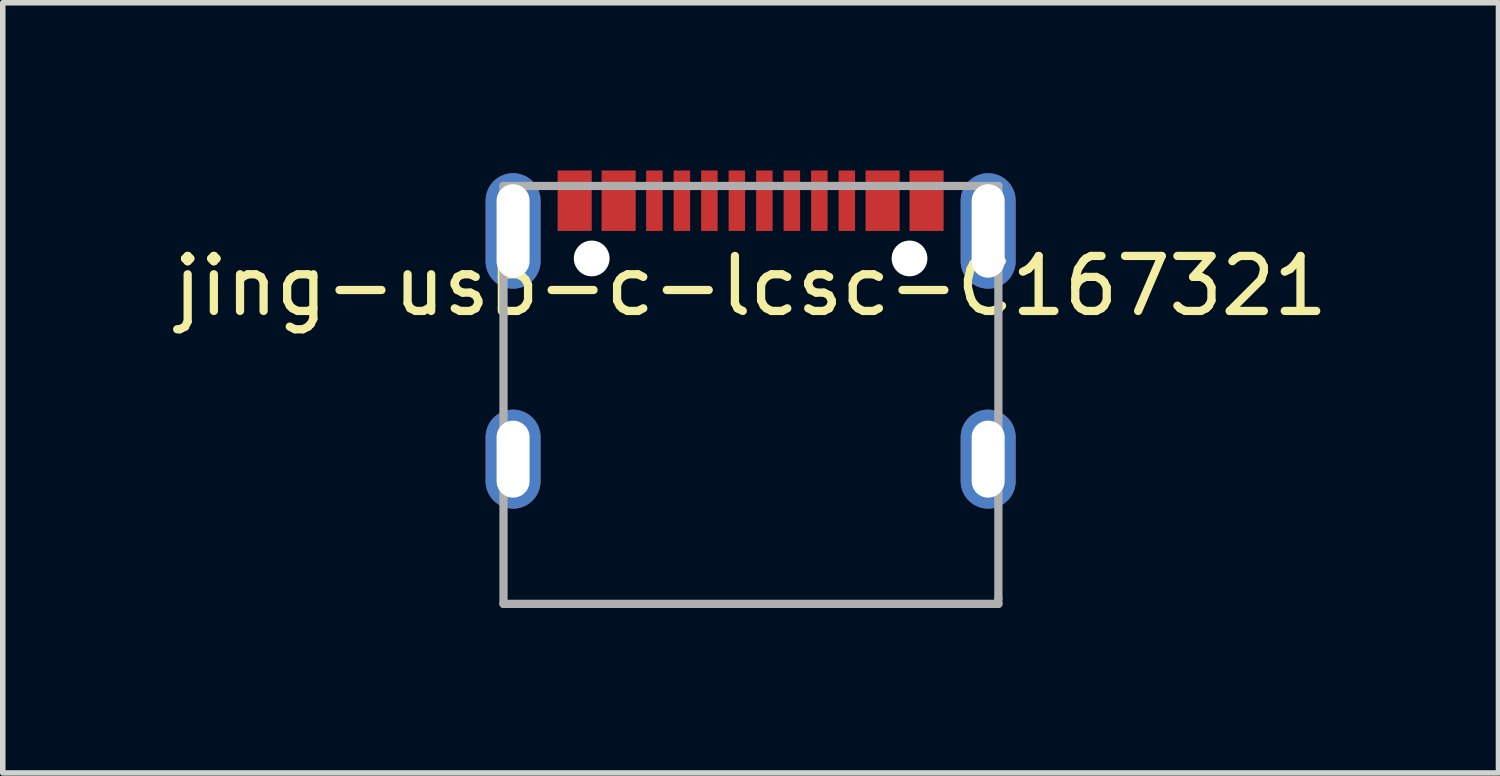
<source format=kicad_pcb>
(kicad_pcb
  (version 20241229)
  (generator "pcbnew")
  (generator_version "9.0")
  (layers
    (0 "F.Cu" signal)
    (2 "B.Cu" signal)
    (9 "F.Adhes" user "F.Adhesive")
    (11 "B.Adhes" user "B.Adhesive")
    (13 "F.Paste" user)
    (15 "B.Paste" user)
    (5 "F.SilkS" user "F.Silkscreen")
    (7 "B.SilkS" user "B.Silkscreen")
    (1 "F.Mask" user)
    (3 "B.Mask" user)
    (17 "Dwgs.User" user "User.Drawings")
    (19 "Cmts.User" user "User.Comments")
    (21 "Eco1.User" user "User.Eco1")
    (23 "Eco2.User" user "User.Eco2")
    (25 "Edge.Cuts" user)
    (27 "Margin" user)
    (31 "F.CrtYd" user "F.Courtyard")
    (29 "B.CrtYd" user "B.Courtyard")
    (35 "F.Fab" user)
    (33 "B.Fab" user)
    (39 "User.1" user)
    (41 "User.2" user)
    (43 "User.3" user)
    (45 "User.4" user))
  (footprint "jing-usb-c-lcsc-C167321"
    (layer "F.Cu")
    (at 10.601 1.65)
    (property "Reference" "jing-usb-c-lcsc-C167321" (at 0 0.5 0) (layer "F.SilkS") (effects (font (size 1 1) (thickness 0.15))))
    (attr through_hole)
    (fp_line (start -4.82 -1.05) (end -4.82 0.05) (stroke (width 0.1) (type solid)) (layer "Eco2.User"))
    (fp_line (start -4.82 3.25) (end -4.82 4.05) (stroke (width 0.1) (type solid)) (layer "Eco2.User"))
    (fp_line (start -4.62 0.05) (end -4.62 -1.05) (stroke (width 0.1) (type solid)) (layer "Eco2.User"))
    (fp_line (start -4.62 4.05) (end -4.62 3.25) (stroke (width 0.1) (type solid)) (layer "Eco2.User"))
    (fp_line (start -4.32 6.2) (end -4.32 6.3) (stroke (width 0.1) (type solid)) (layer "Eco2.User"))
    (fp_line (start -4.32 6.3) (end 4.32 6.3) (stroke (width 0.1) (type solid)) (layer "Eco2.User"))
    (fp_line (start -4.02 -1.05) (end -4.02 0.05) (stroke (width 0.1) (type solid)) (layer "Eco2.User"))
    (fp_line (start -4.02 3.25) (end -4.02 4.05) (stroke (width 0.1) (type solid)) (layer "Eco2.User"))
    (fp_line (start -3.82 0.05) (end -3.82 -1.05) (stroke (width 0.1) (type solid)) (layer "Eco2.User"))
    (fp_line (start -3.82 4.05) (end -3.82 3.25) (stroke (width 0.1) (type solid)) (layer "Eco2.User"))
    (fp_line (start -3.51 -1.6) (end -3.51 -0.5) (stroke (width 0.1) (type solid)) (layer "Eco2.User"))
    (fp_line (start -3.51 -0.5) (end -2.89 -0.5) (stroke (width 0.1) (type solid)) (layer "Eco2.User"))
    (fp_line (start -2.89 -1.6) (end -3.51 -1.6) (stroke (width 0.1) (type solid)) (layer "Eco2.User"))
    (fp_line (start -2.89 -0.5) (end -2.89 -1.6) (stroke (width 0.1) (type solid)) (layer "Eco2.User"))
    (fp_line (start -2.71 -1.6) (end -2.71 -0.5) (stroke (width 0.1) (type solid)) (layer "Eco2.User"))
    (fp_line (start -2.71 -0.5) (end -2.09 -0.5) (stroke (width 0.1) (type solid)) (layer "Eco2.User"))
    (fp_line (start -2.09 -1.6) (end -2.71 -1.6) (stroke (width 0.1) (type solid)) (layer "Eco2.User"))
    (fp_line (start -2.09 -0.5) (end -2.09 -1.6) (stroke (width 0.1) (type solid)) (layer "Eco2.User"))
    (fp_line (start -1.9 -1.6) (end -1.9 -0.5) (stroke (width 0.1) (type solid)) (layer "Eco2.User"))
    (fp_line (start -1.9 -0.5) (end -1.6 -0.5) (stroke (width 0.1) (type solid)) (layer "Eco2.User"))
    (fp_line (start -1.6 -1.6) (end -1.9 -1.6) (stroke (width 0.1) (type solid)) (layer "Eco2.User"))
    (fp_line (start -1.6 -0.5) (end -1.6 -1.6) (stroke (width 0.1) (type solid)) (layer "Eco2.User"))
    (fp_line (start -1.4 -1.6) (end -1.4 -0.5) (stroke (width 0.1) (type solid)) (layer "Eco2.User"))
    (fp_line (start -1.4 -0.5) (end -1.1 -0.5) (stroke (width 0.1) (type solid)) (layer "Eco2.User"))
    (fp_line (start -1.1 -1.6) (end -1.4 -1.6) (stroke (width 0.1) (type solid)) (layer "Eco2.User"))
    (fp_line (start -1.1 -0.5) (end -1.1 -1.6) (stroke (width 0.1) (type solid)) (layer "Eco2.User"))
    (fp_line (start -0.9 -1.6) (end -0.9 -0.5) (stroke (width 0.1) (type solid)) (layer "Eco2.User"))
    (fp_line (start -0.9 -0.5) (end -0.6 -0.5) (stroke (width 0.1) (type solid)) (layer "Eco2.User"))
    (fp_line (start -0.6 -1.6) (end -0.9 -1.6) (stroke (width 0.1) (type solid)) (layer "Eco2.User"))
    (fp_line (start -0.6 -0.5) (end -0.6 -1.6) (stroke (width 0.1) (type solid)) (layer "Eco2.User"))
    (fp_line (start -0.4 -1.6) (end -0.4 -0.5) (stroke (width 0.1) (type solid)) (layer "Eco2.User"))
    (fp_line (start -0.4 -0.5) (end -0.1 -0.5) (stroke (width 0.1) (type solid)) (layer "Eco2.User"))
    (fp_line (start -0.1 -1.6) (end -0.4 -1.6) (stroke (width 0.1) (type solid)) (layer "Eco2.User"))
    (fp_line (start -0.1 -0.5) (end -0.1 -1.6) (stroke (width 0.1) (type solid)) (layer "Eco2.User"))
    (fp_line (start 0.1 -1.6) (end 0.1 -0.5) (stroke (width 0.1) (type solid)) (layer "Eco2.User"))
    (fp_line (start 0.1 -0.5) (end 0.4 -0.5) (stroke (width 0.1) (type solid)) (layer "Eco2.User"))
    (fp_line (start 0.4 -1.6) (end 0.1 -1.6) (stroke (width 0.1) (type solid)) (layer "Eco2.User"))
    (fp_line (start 0.4 -0.5) (end 0.4 -1.6) (stroke (width 0.1) (type solid)) (layer "Eco2.User"))
    (fp_line (start 0.6 -1.6) (end 0.6 -0.5) (stroke (width 0.1) (type solid)) (layer "Eco2.User"))
    (fp_line (start 0.6 -0.5) (end 0.9 -0.5) (stroke (width 0.1) (type solid)) (layer "Eco2.User"))
    (fp_line (start 0.9 -1.6) (end 0.6 -1.6) (stroke (width 0.1) (type solid)) (layer "Eco2.User"))
    (fp_line (start 0.9 -0.5) (end 0.9 -1.6) (stroke (width 0.1) (type solid)) (layer "Eco2.User"))
    (fp_line (start 1.1 -1.6) (end 1.1 -0.5) (stroke (width 0.1) (type solid)) (layer "Eco2.User"))
    (fp_line (start 1.1 -0.5) (end 1.4 -0.5) (stroke (width 0.1) (type solid)) (layer "Eco2.User"))
    (fp_line (start 1.4 -1.6) (end 1.1 -1.6) (stroke (width 0.1) (type solid)) (layer "Eco2.User"))
    (fp_line (start 1.4 -0.5) (end 1.4 -1.6) (stroke (width 0.1) (type solid)) (layer "Eco2.User"))
    (fp_line (start 1.6 -1.6) (end 1.6 -0.5) (stroke (width 0.1) (type solid)) (layer "Eco2.User"))
    (fp_line (start 1.6 -0.5) (end 1.9 -0.5) (stroke (width 0.1) (type solid)) (layer "Eco2.User"))
    (fp_line (start 1.9 -1.6) (end 1.6 -1.6) (stroke (width 0.1) (type solid)) (layer "Eco2.User"))
    (fp_line (start 1.9 -0.5) (end 1.9 -1.6) (stroke (width 0.1) (type solid)) (layer "Eco2.User"))
    (fp_line (start 2.09 -1.6) (end 2.09 -0.5) (stroke (width 0.1) (type solid)) (layer "Eco2.User"))
    (fp_line (start 2.09 -0.5) (end 2.71 -0.5) (stroke (width 0.1) (type solid)) (layer "Eco2.User"))
    (fp_line (start 2.71 -1.6) (end 2.09 -1.6) (stroke (width 0.1) (type solid)) (layer "Eco2.User"))
    (fp_line (start 2.71 -0.5) (end 2.71 -1.6) (stroke (width 0.1) (type solid)) (layer "Eco2.User"))
    (fp_line (start 2.89 -1.6) (end 2.89 -0.5) (stroke (width 0.1) (type solid)) (layer "Eco2.User"))
    (fp_line (start 2.89 -0.5) (end 3.51 -0.5) (stroke (width 0.1) (type solid)) (layer "Eco2.User"))
    (fp_line (start 3.51 -1.6) (end 2.89 -1.6) (stroke (width 0.1) (type solid)) (layer "Eco2.User"))
    (fp_line (start 3.51 -0.5) (end 3.51 -1.6) (stroke (width 0.1) (type solid)) (layer "Eco2.User"))
    (fp_line (start 3.82 -1.05) (end 3.82 0.05) (stroke (width 0.1) (type solid)) (layer "Eco2.User"))
    (fp_line (start 3.82 3.25) (end 3.82 4.05) (stroke (width 0.1) (type solid)) (layer "Eco2.User"))
    (fp_line (start 4.02 0.05) (end 4.02 -1.05) (stroke (width 0.1) (type solid)) (layer "Eco2.User"))
    (fp_line (start 4.02 4.05) (end 4.02 3.25) (stroke (width 0.1) (type solid)) (layer "Eco2.User"))
    (fp_line (start 4.32 6.2) (end -4.32 6.2) (stroke (width 0.1) (type solid)) (layer "Eco2.User"))
    (fp_line (start 4.32 6.3) (end 4.32 6.2) (stroke (width 0.1) (type solid)) (layer "Eco2.User"))
    (fp_line (start 4.62 -1.05) (end 4.62 0.05) (stroke (width 0.1) (type solid)) (layer "Eco2.User"))
    (fp_line (start 4.62 3.25) (end 4.62 4.05) (stroke (width 0.1) (type solid)) (layer "Eco2.User"))
    (fp_line (start 4.82 0.05) (end 4.82 -1.05) (stroke (width 0.1) (type solid)) (layer "Eco2.User"))
    (fp_line (start 4.82 4.05) (end 4.82 3.25) (stroke (width 0.1) (type solid)) (layer "Eco2.User"))
    (fp_arc (start -4.82 -1.05) (mid -4.32 -1.55) (end -3.82 -1.05) (stroke (width 0.1) (type solid)) (layer "Eco2.User"))
    (fp_arc (start -4.82 3.25) (mid -4.32 2.75) (end -3.82 3.25) (stroke (width 0.1) (type solid)) (layer "Eco2.User"))
    (fp_arc (start -4.62 -1.05) (mid -4.32 -1.35) (end -4.02 -1.05) (stroke (width 0.1) (type solid)) (layer "Eco2.User"))
    (fp_arc (start -4.62 3.25) (mid -4.32 2.95) (end -4.02 3.25) (stroke (width 0.1) (type solid)) (layer "Eco2.User"))
    (fp_arc (start -4.02 0.05) (mid -4.32 0.35) (end -4.62 0.05) (stroke (width 0.1) (type solid)) (layer "Eco2.User"))
    (fp_arc (start -4.02 4.05) (mid -4.32 4.35) (end -4.62 4.05) (stroke (width 0.1) (type solid)) (layer "Eco2.User"))
    (fp_arc (start -3.82 0.05) (mid -4.32 0.55) (end -4.82 0.05) (stroke (width 0.1) (type solid)) (layer "Eco2.User"))
    (fp_arc (start -3.82 4.05) (mid -4.32 4.55) (end -4.82 4.05) (stroke (width 0.1) (type solid)) (layer "Eco2.User"))
    (fp_arc (start 3.82 -1.05) (mid 4.32 -1.55) (end 4.82 -1.05) (stroke (width 0.1) (type solid)) (layer "Eco2.User"))
    (fp_arc (start 3.82 3.25) (mid 4.32 2.75) (end 4.82 3.25) (stroke (width 0.1) (type solid)) (layer "Eco2.User"))
    (fp_arc (start 4.02 -1.05) (mid 4.32 -1.35) (end 4.62 -1.05) (stroke (width 0.1) (type solid)) (layer "Eco2.User"))
    (fp_arc (start 4.02 3.25) (mid 4.32 2.95) (end 4.62 3.25) (stroke (width 0.1) (type solid)) (layer "Eco2.User"))
    (fp_arc (start 4.62 0.05) (mid 4.32 0.35) (end 4.02 0.05) (stroke (width 0.1) (type solid)) (layer "Eco2.User"))
    (fp_arc (start 4.62 4.05) (mid 4.32 4.35) (end 4.02 4.05) (stroke (width 0.1) (type solid)) (layer "Eco2.User"))
    (fp_arc (start 4.82 0.05) (mid 4.32 0.55) (end 3.82 0.05) (stroke (width 0.1) (type solid)) (layer "Eco2.User"))
    (fp_arc (start 4.82 4.05) (mid 4.32 4.55) (end 3.82 4.05) (stroke (width 0.1) (type solid)) (layer "Eco2.User"))
    (fp_circle (center -2.89 0) (end -2.565 0) (stroke (width 0.1) (type solid)) (fill no) (layer "Eco2.User"))
    (fp_circle (center 2.89 0) (end 3.215 0) (stroke (width 0.1) (type solid)) (fill no) (layer "Eco2.User"))
    (fp_line (start -4.494 -1.318) (end 4.506 -1.318) (stroke (width 0.15) (type solid)) (layer "F.Fab"))
    (fp_line (start -4.494 6.282) (end -4.494 -1.318) (stroke (width 0.15) (type solid)) (layer "F.Fab"))
    (fp_line (start 4.506 -1.318) (end 4.506 6.182) (stroke (width 0.15) (type solid)) (layer "F.Fab"))
    (fp_line (start 4.506 6.182) (end 4.506 6.282) (stroke (width 0.15) (type solid)) (layer "F.Fab"))
    (fp_line (start 4.506 6.282) (end -4.494 6.282) (stroke (width 0.15) (type solid)) (layer "F.Fab"))
    (pad "" np_thru_hole oval (at -2.89 0) (size 0.65 0.65) (drill 0.65) (layers "*.Cu" "*.Mask"))
    (pad "" np_thru_hole oval (at 2.89 0) (size 0.65 0.65) (drill 0.65) (layers "*.Cu" "*.Mask"))
    (pad "A1B12" smd rect (at -3.2 -1.05) (size 0.62 1.1) (layers "F.Cu" "F.Mask" "F.Paste"))
    (pad "A4B9" smd rect (at -2.4 -1.05) (size 0.62 1.1) (layers "F.Cu" "F.Mask" "F.Paste"))
    (pad "A5" smd rect (at -1.25 -1.05) (size 0.3 1.1) (layers "F.Cu" "F.Mask" "F.Paste"))
    (pad "A6" smd rect (at -0.25 -1.05) (size 0.3 1.1) (layers "F.Cu" "F.Mask" "F.Paste"))
    (pad "A7" smd rect (at 0.25 -1.05) (size 0.3 1.1) (layers "F.Cu" "F.Mask" "F.Paste"))
    (pad "A8" smd rect (at -1.75 -1.05) (size 0.3 1.1) (layers "F.Cu" "F.Mask" "F.Paste"))
    (pad "B1A12" smd rect (at 3.2 -1.05) (size 0.62 1.1) (layers "F.Cu" "F.Mask" "F.Paste"))
    (pad "B4A9" smd rect (at 2.4 -1.05) (size 0.62 1.1) (layers "F.Cu" "F.Mask" "F.Paste"))
    (pad "B5" smd rect (at 1.75 -1.05) (size 0.3 1.1) (layers "F.Cu" "F.Mask" "F.Paste"))
    (pad "B6" smd rect (at 0.75 -1.05) (size 0.3 1.1) (layers "F.Cu" "F.Mask" "F.Paste"))
    (pad "B7" smd rect (at -0.75 -1.05) (size 0.3 1.1) (layers "F.Cu" "F.Mask" "F.Paste"))
    (pad "B8" smd rect (at 1.25 -1.05) (size 0.3 1.1) (layers "F.Cu" "F.Mask" "F.Paste"))
    (pad "SH" thru_hole oval (at -4.32 -0.5) (size 1 2.1) (drill oval 0.6 1.7) (layers "*.Cu" "*.Mask" "F.Paste"))
    (pad "SH" thru_hole oval (at -4.32 3.65) (size 1 1.8) (drill oval 0.6 1.4) (layers "*.Cu" "*.Mask" "F.Paste"))
    (pad "SH" thru_hole oval (at 4.32 -0.5) (size 1 2.1) (drill oval 0.6 1.7) (layers "*.Cu" "*.Mask" "F.Paste"))
    (pad "SH" thru_hole oval (at 4.32 3.65) (size 1 1.8) (drill oval 0.6 1.4) (layers "*.Cu" "*.Mask" "F.Paste")))
  (gr_rect
    (start -3 -3)
    (end 24.202 11.007)
    (stroke (width 0.1) (type default))
    (fill no)
    (layer "Edge.Cuts")))
</source>
